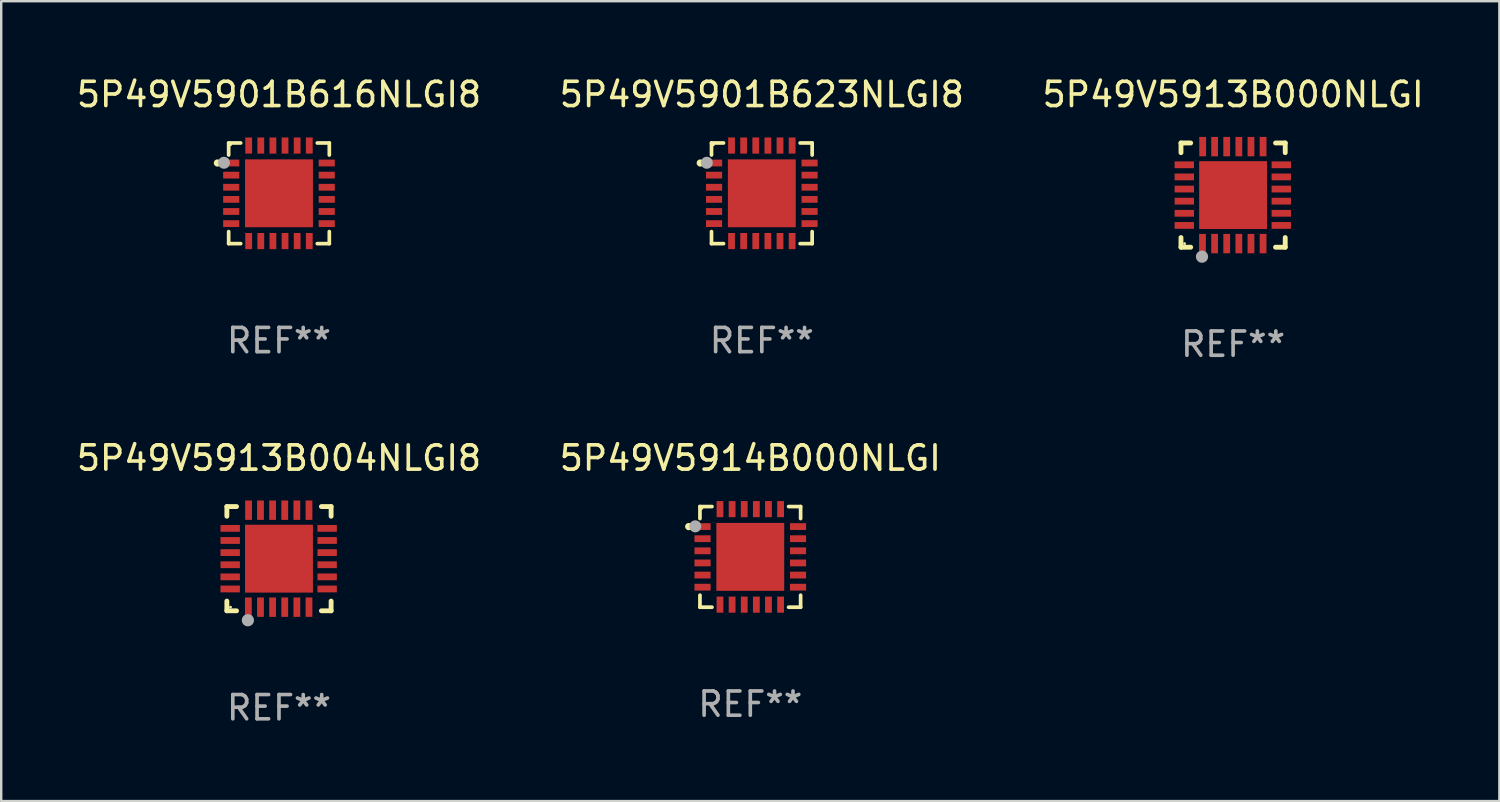
<source format=kicad_pcb>
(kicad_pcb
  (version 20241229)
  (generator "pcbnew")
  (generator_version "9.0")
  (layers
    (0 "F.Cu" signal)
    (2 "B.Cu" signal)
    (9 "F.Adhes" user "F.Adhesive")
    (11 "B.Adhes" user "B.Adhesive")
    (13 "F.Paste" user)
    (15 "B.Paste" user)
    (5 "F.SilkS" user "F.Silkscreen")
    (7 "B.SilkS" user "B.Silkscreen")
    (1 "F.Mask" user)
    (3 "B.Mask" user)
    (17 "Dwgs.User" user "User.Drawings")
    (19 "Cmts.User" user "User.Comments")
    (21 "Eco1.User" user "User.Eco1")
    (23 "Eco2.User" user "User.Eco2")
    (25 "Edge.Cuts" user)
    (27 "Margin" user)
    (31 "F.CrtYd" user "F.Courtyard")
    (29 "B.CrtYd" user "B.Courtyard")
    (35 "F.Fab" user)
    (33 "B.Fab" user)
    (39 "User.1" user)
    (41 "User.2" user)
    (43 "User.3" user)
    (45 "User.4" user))
  (footprint "5P49V5901B623NLGI8"
    (layer "F.Cu")
    (at 28.375 4.924)
    (property "Reference" "5P49V5901B623NLGI8" (at 0 -4.076 0) (layer "F.SilkS") (effects (font (size 1 1) (thickness 0.15))))
    (attr through_hole)
    (fp_line (start -2.076 -2.076) (end -2.076 -1.58) (stroke (width 0.152) (type solid)) (layer "F.SilkS"))
    (fp_line (start -2.076 2.076) (end -2.076 1.58) (stroke (width 0.152) (type solid)) (layer "F.SilkS"))
    (fp_line (start -1.58 -2.076) (end -2.076 -2.076) (stroke (width 0.152) (type solid)) (layer "F.SilkS"))
    (fp_line (start -1.58 2.076) (end -2.076 2.076) (stroke (width 0.152) (type solid)) (layer "F.SilkS"))
    (fp_line (start 1.58 -2.076) (end 2.076 -2.076) (stroke (width 0.152) (type solid)) (layer "F.SilkS"))
    (fp_line (start 1.58 2.076) (end 2.076 2.076) (stroke (width 0.152) (type solid)) (layer "F.SilkS"))
    (fp_line (start 2.076 -2.076) (end 2.076 -1.58) (stroke (width 0.152) (type solid)) (layer "F.SilkS"))
    (fp_line (start 2.076 2.076) (end 2.076 1.58) (stroke (width 0.152) (type solid)) (layer "F.SilkS"))
    (fp_circle (center -2.54 -1.25) (end -2.465 -1.25) (stroke (width 0.15) (type solid)) (fill no) (layer "F.SilkS"))
    (fp_circle (center -2 -2) (end -1.97 -2) (stroke (width 0.06) (type solid)) (fill no) (layer "F.SilkS"))
    (fp_circle (center -2.27 -1.26) (end -2.145 -1.26) (stroke (width 0.25) (type solid)) (fill no) (layer "F.Fab"))
    (fp_text user "REF**" (at 0 6.076 0) (layer "F.Fab") (effects (font (size 1 1) (thickness 0.15))))
    (pad "1" smd rect (at -1.97 -1.25) (size 0.665 0.28) (layers "F.Cu" "F.Mask" "F.Paste"))
    (pad "2" smd rect (at -1.97 -0.75) (size 0.665 0.28) (layers "F.Cu" "F.Mask" "F.Paste"))
    (pad "3" smd rect (at -1.97 -0.25) (size 0.665 0.28) (layers "F.Cu" "F.Mask" "F.Paste"))
    (pad "4" smd rect (at -1.97 0.25) (size 0.665 0.28) (layers "F.Cu" "F.Mask" "F.Paste"))
    (pad "5" smd rect (at -1.97 0.75) (size 0.665 0.28) (layers "F.Cu" "F.Mask" "F.Paste"))
    (pad "6" smd rect (at -1.97 1.25) (size 0.665 0.28) (layers "F.Cu" "F.Mask" "F.Paste"))
    (pad "7" smd rect (at -1.25 1.97) (size 0.28 0.665) (layers "F.Cu" "F.Mask" "F.Paste"))
    (pad "8" smd rect (at -0.75 1.97) (size 0.28 0.665) (layers "F.Cu" "F.Mask" "F.Paste"))
    (pad "9" smd rect (at -0.25 1.97) (size 0.28 0.665) (layers "F.Cu" "F.Mask" "F.Paste"))
    (pad "10" smd rect (at 0.25 1.97) (size 0.28 0.665) (layers "F.Cu" "F.Mask" "F.Paste"))
    (pad "11" smd rect (at 0.75 1.97) (size 0.28 0.665) (layers "F.Cu" "F.Mask" "F.Paste"))
    (pad "12" smd rect (at 1.25 1.97) (size 0.28 0.665) (layers "F.Cu" "F.Mask" "F.Paste"))
    (pad "13" smd rect (at 1.97 1.25) (size 0.665 0.28) (layers "F.Cu" "F.Mask" "F.Paste"))
    (pad "14" smd rect (at 1.97 0.75) (size 0.665 0.28) (layers "F.Cu" "F.Mask" "F.Paste"))
    (pad "15" smd rect (at 1.97 0.25) (size 0.665 0.28) (layers "F.Cu" "F.Mask" "F.Paste"))
    (pad "16" smd rect (at 1.97 -0.25) (size 0.665 0.28) (layers "F.Cu" "F.Mask" "F.Paste"))
    (pad "17" smd rect (at 1.97 -0.75) (size 0.665 0.28) (layers "F.Cu" "F.Mask" "F.Paste"))
    (pad "18" smd rect (at 1.97 -1.25) (size 0.665 0.28) (layers "F.Cu" "F.Mask" "F.Paste"))
    (pad "19" smd rect (at 1.25 -1.97) (size 0.28 0.665) (layers "F.Cu" "F.Mask" "F.Paste"))
    (pad "20" smd rect (at 0.75 -1.97) (size 0.28 0.665) (layers "F.Cu" "F.Mask" "F.Paste"))
    (pad "21" smd rect (at 0.25 -1.97) (size 0.28 0.665) (layers "F.Cu" "F.Mask" "F.Paste"))
    (pad "22" smd rect (at -0.25 -1.97) (size 0.28 0.665) (layers "F.Cu" "F.Mask" "F.Paste"))
    (pad "23" smd rect (at -0.75 -1.97) (size 0.28 0.665) (layers "F.Cu" "F.Mask" "F.Paste"))
    (pad "24" smd rect (at -1.25 -1.97) (size 0.28 0.665) (layers "F.Cu" "F.Mask" "F.Paste"))
    (pad "25" smd rect (at 0 0) (size 2.8 2.8) (layers "F.Cu" "F.Mask" "F.Paste")))
  (footprint "5P49V5913B004NLGI8"
    (layer "F.Cu")
    (at 8.458 19.995)
    (property "Reference" "5P49V5913B004NLGI8" (at 0 -4.15 0) (layer "F.SilkS") (effects (font (size 1 1) (thickness 0.15))))
    (attr through_hole)
    (fp_line (start -2.15 -2.15) (end -1.75 -2.15) (stroke (width 0.2) (type solid)) (layer "F.SilkS"))
    (fp_line (start -2.15 -1.75) (end -2.15 -2.15) (stroke (width 0.2) (type solid)) (layer "F.SilkS"))
    (fp_line (start -2.15 2.15) (end -2.15 1.75) (stroke (width 0.2) (type solid)) (layer "F.SilkS"))
    (fp_line (start -1.75 2.15) (end -2.15 2.15) (stroke (width 0.2) (type solid)) (layer "F.SilkS"))
    (fp_line (start 2.15 -2.15) (end 1.75 -2.15) (stroke (width 0.2) (type solid)) (layer "F.SilkS"))
    (fp_line (start 2.15 -1.75) (end 2.15 -2.15) (stroke (width 0.2) (type solid)) (layer "F.SilkS"))
    (fp_line (start 2.15 1.75) (end 2.15 2.15) (stroke (width 0.2) (type solid)) (layer "F.SilkS"))
    (fp_line (start 2.15 2.15) (end 1.75 2.15) (stroke (width 0.2) (type solid)) (layer "F.SilkS"))
    (fp_circle (center -2 2) (end -1.97 2) (stroke (width 0.06) (type solid)) (fill no) (layer "F.SilkS"))
    (fp_circle (center -1.283 2.54) (end -1.156 2.54) (stroke (width 0.254) (type solid)) (fill no) (layer "F.Fab"))
    (fp_text user "REF**" (at 0 6.15 0) (layer "F.Fab") (effects (font (size 1 1) (thickness 0.15))))
    (pad "1" smd rect (at -1.263 2 180) (size 0.28 0.8) (layers "F.Cu" "F.Mask" "F.Paste"))
    (pad "2" smd rect (at -0.763 2 180) (size 0.28 0.8) (layers "F.Cu" "F.Mask" "F.Paste"))
    (pad "3" smd rect (at -0.263 2 180) (size 0.28 0.8) (layers "F.Cu" "F.Mask" "F.Paste"))
    (pad "4" smd rect (at 0.237 2 180) (size 0.28 0.8) (layers "F.Cu" "F.Mask" "F.Paste"))
    (pad "5" smd rect (at 0.737 2 180) (size 0.28 0.8) (layers "F.Cu" "F.Mask" "F.Paste"))
    (pad "6" smd rect (at 1.237 2 180) (size 0.28 0.8) (layers "F.Cu" "F.Mask" "F.Paste"))
    (pad "7" smd rect (at 1.987 1.25 90) (size 0.28 0.8) (layers "F.Cu" "F.Mask" "F.Paste"))
    (pad "8" smd rect (at 1.987 0.75 90) (size 0.28 0.8) (layers "F.Cu" "F.Mask" "F.Paste"))
    (pad "9" smd rect (at 1.987 0.25 90) (size 0.28 0.8) (layers "F.Cu" "F.Mask" "F.Paste"))
    (pad "10" smd rect (at 1.987 -0.25 90) (size 0.28 0.8) (layers "F.Cu" "F.Mask" "F.Paste"))
    (pad "11" smd rect (at 1.987 -0.75 90) (size 0.28 0.8) (layers "F.Cu" "F.Mask" "F.Paste"))
    (pad "12" smd rect (at 1.987 -1.25 90) (size 0.28 0.8) (layers "F.Cu" "F.Mask" "F.Paste"))
    (pad "13" smd rect (at 1.237 -2 180) (size 0.28 0.8) (layers "F.Cu" "F.Mask" "F.Paste"))
    (pad "14" smd rect (at 0.737 -2 180) (size 0.28 0.8) (layers "F.Cu" "F.Mask" "F.Paste"))
    (pad "15" smd rect (at 0.237 -2 180) (size 0.28 0.8) (layers "F.Cu" "F.Mask" "F.Paste"))
    (pad "16" smd rect (at -0.263 -2 180) (size 0.28 0.8) (layers "F.Cu" "F.Mask" "F.Paste"))
    (pad "17" smd rect (at -0.763 -2 180) (size 0.28 0.8) (layers "F.Cu" "F.Mask" "F.Paste"))
    (pad "18" smd rect (at -1.255 -2 180) (size 0.28 0.8) (layers "F.Cu" "F.Mask" "F.Paste"))
    (pad "19" smd rect (at -2.013 -1.25 90) (size 0.28 0.8) (layers "F.Cu" "F.Mask" "F.Paste"))
    (pad "20" smd rect (at -2.013 -0.75 90) (size 0.28 0.8) (layers "F.Cu" "F.Mask" "F.Paste"))
    (pad "21" smd rect (at -2.013 -0.25 90) (size 0.28 0.8) (layers "F.Cu" "F.Mask" "F.Paste"))
    (pad "22" smd rect (at -2.013 0.25 90) (size 0.28 0.8) (layers "F.Cu" "F.Mask" "F.Paste"))
    (pad "23" smd rect (at -2.013 0.75 90) (size 0.28 0.8) (layers "F.Cu" "F.Mask" "F.Paste"))
    (pad "24" smd rect (at -2.013 1.25 90) (size 0.28 0.8) (layers "F.Cu" "F.Mask" "F.Paste"))
    (pad "25" smd rect (at -0.000013 0 90) (size 2.8 2.8) (layers "F.Cu" "F.Mask" "F.Paste")))
  (footprint "5P49V5914B000NLGI"
    (layer "F.Cu")
    (at 27.899 19.921)
    (property "Reference" "5P49V5914B000NLGI" (at 0 -4.076 0) (layer "F.SilkS") (effects (font (size 1 1) (thickness 0.15))))
    (attr through_hole)
    (fp_line (start -2.076 -2.076) (end -2.076 -1.58) (stroke (width 0.152) (type solid)) (layer "F.SilkS"))
    (fp_line (start -2.076 2.076) (end -2.076 1.58) (stroke (width 0.152) (type solid)) (layer "F.SilkS"))
    (fp_line (start -1.58 -2.076) (end -2.076 -2.076) (stroke (width 0.152) (type solid)) (layer "F.SilkS"))
    (fp_line (start -1.58 2.076) (end -2.076 2.076) (stroke (width 0.152) (type solid)) (layer "F.SilkS"))
    (fp_line (start 1.58 -2.076) (end 2.076 -2.076) (stroke (width 0.152) (type solid)) (layer "F.SilkS"))
    (fp_line (start 1.58 2.076) (end 2.076 2.076) (stroke (width 0.152) (type solid)) (layer "F.SilkS"))
    (fp_line (start 2.076 -2.076) (end 2.076 -1.58) (stroke (width 0.152) (type solid)) (layer "F.SilkS"))
    (fp_line (start 2.076 2.076) (end 2.076 1.58) (stroke (width 0.152) (type solid)) (layer "F.SilkS"))
    (fp_circle (center -2.54 -1.25) (end -2.465 -1.25) (stroke (width 0.15) (type solid)) (fill no) (layer "F.SilkS"))
    (fp_circle (center -2 -2) (end -1.97 -2) (stroke (width 0.06) (type solid)) (fill no) (layer "F.SilkS"))
    (fp_circle (center -2.27 -1.26) (end -2.145 -1.26) (stroke (width 0.25) (type solid)) (fill no) (layer "F.Fab"))
    (fp_text user "REF**" (at 0 6.076 0) (layer "F.Fab") (effects (font (size 1 1) (thickness 0.15))))
    (pad "1" smd rect (at -1.97 -1.25) (size 0.665 0.28) (layers "F.Cu" "F.Mask" "F.Paste"))
    (pad "2" smd rect (at -1.97 -0.75) (size 0.665 0.28) (layers "F.Cu" "F.Mask" "F.Paste"))
    (pad "3" smd rect (at -1.97 -0.25) (size 0.665 0.28) (layers "F.Cu" "F.Mask" "F.Paste"))
    (pad "4" smd rect (at -1.97 0.25) (size 0.665 0.28) (layers "F.Cu" "F.Mask" "F.Paste"))
    (pad "5" smd rect (at -1.97 0.75) (size 0.665 0.28) (layers "F.Cu" "F.Mask" "F.Paste"))
    (pad "6" smd rect (at -1.97 1.25) (size 0.665 0.28) (layers "F.Cu" "F.Mask" "F.Paste"))
    (pad "7" smd rect (at -1.25 1.97) (size 0.28 0.665) (layers "F.Cu" "F.Mask" "F.Paste"))
    (pad "8" smd rect (at -0.75 1.97) (size 0.28 0.665) (layers "F.Cu" "F.Mask" "F.Paste"))
    (pad "9" smd rect (at -0.25 1.97) (size 0.28 0.665) (layers "F.Cu" "F.Mask" "F.Paste"))
    (pad "10" smd rect (at 0.25 1.97) (size 0.28 0.665) (layers "F.Cu" "F.Mask" "F.Paste"))
    (pad "11" smd rect (at 0.75 1.97) (size 0.28 0.665) (layers "F.Cu" "F.Mask" "F.Paste"))
    (pad "12" smd rect (at 1.25 1.97) (size 0.28 0.665) (layers "F.Cu" "F.Mask" "F.Paste"))
    (pad "13" smd rect (at 1.97 1.25) (size 0.665 0.28) (layers "F.Cu" "F.Mask" "F.Paste"))
    (pad "14" smd rect (at 1.97 0.75) (size 0.665 0.28) (layers "F.Cu" "F.Mask" "F.Paste"))
    (pad "15" smd rect (at 1.97 0.25) (size 0.665 0.28) (layers "F.Cu" "F.Mask" "F.Paste"))
    (pad "16" smd rect (at 1.97 -0.25) (size 0.665 0.28) (layers "F.Cu" "F.Mask" "F.Paste"))
    (pad "17" smd rect (at 1.97 -0.75) (size 0.665 0.28) (layers "F.Cu" "F.Mask" "F.Paste"))
    (pad "18" smd rect (at 1.97 -1.25) (size 0.665 0.28) (layers "F.Cu" "F.Mask" "F.Paste"))
    (pad "19" smd rect (at 1.25 -1.97) (size 0.28 0.665) (layers "F.Cu" "F.Mask" "F.Paste"))
    (pad "20" smd rect (at 0.75 -1.97) (size 0.28 0.665) (layers "F.Cu" "F.Mask" "F.Paste"))
    (pad "21" smd rect (at 0.25 -1.97) (size 0.28 0.665) (layers "F.Cu" "F.Mask" "F.Paste"))
    (pad "22" smd rect (at -0.25 -1.97) (size 0.28 0.665) (layers "F.Cu" "F.Mask" "F.Paste"))
    (pad "23" smd rect (at -0.75 -1.97) (size 0.28 0.665) (layers "F.Cu" "F.Mask" "F.Paste"))
    (pad "24" smd rect (at -1.25 -1.97) (size 0.28 0.665) (layers "F.Cu" "F.Mask" "F.Paste"))
    (pad "25" smd rect (at 0 0) (size 2.8 2.8) (layers "F.Cu" "F.Mask" "F.Paste")))
  (footprint "5P49V5901B616NLGI8"
    (layer "F.Cu")
    (at 8.458 4.924)
    (property "Reference" "5P49V5901B616NLGI8" (at 0 -4.076 0) (layer "F.SilkS") (effects (font (size 1 1) (thickness 0.15))))
    (attr through_hole)
    (fp_line (start -2.076 -2.076) (end -2.076 -1.58) (stroke (width 0.152) (type solid)) (layer "F.SilkS"))
    (fp_line (start -2.076 2.076) (end -2.076 1.58) (stroke (width 0.152) (type solid)) (layer "F.SilkS"))
    (fp_line (start -1.58 -2.076) (end -2.076 -2.076) (stroke (width 0.152) (type solid)) (layer "F.SilkS"))
    (fp_line (start -1.58 2.076) (end -2.076 2.076) (stroke (width 0.152) (type solid)) (layer "F.SilkS"))
    (fp_line (start 1.58 -2.076) (end 2.076 -2.076) (stroke (width 0.152) (type solid)) (layer "F.SilkS"))
    (fp_line (start 1.58 2.076) (end 2.076 2.076) (stroke (width 0.152) (type solid)) (layer "F.SilkS"))
    (fp_line (start 2.076 -2.076) (end 2.076 -1.58) (stroke (width 0.152) (type solid)) (layer "F.SilkS"))
    (fp_line (start 2.076 2.076) (end 2.076 1.58) (stroke (width 0.152) (type solid)) (layer "F.SilkS"))
    (fp_circle (center -2.54 -1.25) (end -2.465 -1.25) (stroke (width 0.15) (type solid)) (fill no) (layer "F.SilkS"))
    (fp_circle (center -2 -2) (end -1.97 -2) (stroke (width 0.06) (type solid)) (fill no) (layer "F.SilkS"))
    (fp_circle (center -2.27 -1.26) (end -2.145 -1.26) (stroke (width 0.25) (type solid)) (fill no) (layer "F.Fab"))
    (fp_text user "REF**" (at 0 6.076 0) (layer "F.Fab") (effects (font (size 1 1) (thickness 0.15))))
    (pad "1" smd rect (at -1.97 -1.25) (size 0.665 0.28) (layers "F.Cu" "F.Mask" "F.Paste"))
    (pad "2" smd rect (at -1.97 -0.75) (size 0.665 0.28) (layers "F.Cu" "F.Mask" "F.Paste"))
    (pad "3" smd rect (at -1.97 -0.25) (size 0.665 0.28) (layers "F.Cu" "F.Mask" "F.Paste"))
    (pad "4" smd rect (at -1.97 0.25) (size 0.665 0.28) (layers "F.Cu" "F.Mask" "F.Paste"))
    (pad "5" smd rect (at -1.97 0.75) (size 0.665 0.28) (layers "F.Cu" "F.Mask" "F.Paste"))
    (pad "6" smd rect (at -1.97 1.25) (size 0.665 0.28) (layers "F.Cu" "F.Mask" "F.Paste"))
    (pad "7" smd rect (at -1.25 1.97) (size 0.28 0.665) (layers "F.Cu" "F.Mask" "F.Paste"))
    (pad "8" smd rect (at -0.75 1.97) (size 0.28 0.665) (layers "F.Cu" "F.Mask" "F.Paste"))
    (pad "9" smd rect (at -0.25 1.97) (size 0.28 0.665) (layers "F.Cu" "F.Mask" "F.Paste"))
    (pad "10" smd rect (at 0.25 1.97) (size 0.28 0.665) (layers "F.Cu" "F.Mask" "F.Paste"))
    (pad "11" smd rect (at 0.75 1.97) (size 0.28 0.665) (layers "F.Cu" "F.Mask" "F.Paste"))
    (pad "12" smd rect (at 1.25 1.97) (size 0.28 0.665) (layers "F.Cu" "F.Mask" "F.Paste"))
    (pad "13" smd rect (at 1.97 1.25) (size 0.665 0.28) (layers "F.Cu" "F.Mask" "F.Paste"))
    (pad "14" smd rect (at 1.97 0.75) (size 0.665 0.28) (layers "F.Cu" "F.Mask" "F.Paste"))
    (pad "15" smd rect (at 1.97 0.25) (size 0.665 0.28) (layers "F.Cu" "F.Mask" "F.Paste"))
    (pad "16" smd rect (at 1.97 -0.25) (size 0.665 0.28) (layers "F.Cu" "F.Mask" "F.Paste"))
    (pad "17" smd rect (at 1.97 -0.75) (size 0.665 0.28) (layers "F.Cu" "F.Mask" "F.Paste"))
    (pad "18" smd rect (at 1.97 -1.25) (size 0.665 0.28) (layers "F.Cu" "F.Mask" "F.Paste"))
    (pad "19" smd rect (at 1.25 -1.97) (size 0.28 0.665) (layers "F.Cu" "F.Mask" "F.Paste"))
    (pad "20" smd rect (at 0.75 -1.97) (size 0.28 0.665) (layers "F.Cu" "F.Mask" "F.Paste"))
    (pad "21" smd rect (at 0.25 -1.97) (size 0.28 0.665) (layers "F.Cu" "F.Mask" "F.Paste"))
    (pad "22" smd rect (at -0.25 -1.97) (size 0.28 0.665) (layers "F.Cu" "F.Mask" "F.Paste"))
    (pad "23" smd rect (at -0.75 -1.97) (size 0.28 0.665) (layers "F.Cu" "F.Mask" "F.Paste"))
    (pad "24" smd rect (at -1.25 -1.97) (size 0.28 0.665) (layers "F.Cu" "F.Mask" "F.Paste"))
    (pad "25" smd rect (at 0 0) (size 2.8 2.8) (layers "F.Cu" "F.Mask" "F.Paste")))
  (footprint "5P49V5913B000NLGI"
    (layer "F.Cu")
    (at 47.815 4.998)
    (property "Reference" "5P49V5913B000NLGI" (at 0 -4.15 0) (layer "F.SilkS") (effects (font (size 1 1) (thickness 0.15))))
    (attr through_hole)
    (fp_line (start -2.15 -2.15) (end -1.75 -2.15) (stroke (width 0.2) (type solid)) (layer "F.SilkS"))
    (fp_line (start -2.15 -1.75) (end -2.15 -2.15) (stroke (width 0.2) (type solid)) (layer "F.SilkS"))
    (fp_line (start -2.15 2.15) (end -2.15 1.75) (stroke (width 0.2) (type solid)) (layer "F.SilkS"))
    (fp_line (start -1.75 2.15) (end -2.15 2.15) (stroke (width 0.2) (type solid)) (layer "F.SilkS"))
    (fp_line (start 2.15 -2.15) (end 1.75 -2.15) (stroke (width 0.2) (type solid)) (layer "F.SilkS"))
    (fp_line (start 2.15 -1.75) (end 2.15 -2.15) (stroke (width 0.2) (type solid)) (layer "F.SilkS"))
    (fp_line (start 2.15 1.75) (end 2.15 2.15) (stroke (width 0.2) (type solid)) (layer "F.SilkS"))
    (fp_line (start 2.15 2.15) (end 1.75 2.15) (stroke (width 0.2) (type solid)) (layer "F.SilkS"))
    (fp_circle (center -2 2) (end -1.97 2) (stroke (width 0.06) (type solid)) (fill no) (layer "F.SilkS"))
    (fp_circle (center -1.283 2.54) (end -1.156 2.54) (stroke (width 0.254) (type solid)) (fill no) (layer "F.Fab"))
    (fp_text user "REF**" (at 0 6.15 0) (layer "F.Fab") (effects (font (size 1 1) (thickness 0.15))))
    (pad "1" smd rect (at -1.263 2 180) (size 0.28 0.8) (layers "F.Cu" "F.Mask" "F.Paste"))
    (pad "2" smd rect (at -0.763 2 180) (size 0.28 0.8) (layers "F.Cu" "F.Mask" "F.Paste"))
    (pad "3" smd rect (at -0.263 2 180) (size 0.28 0.8) (layers "F.Cu" "F.Mask" "F.Paste"))
    (pad "4" smd rect (at 0.237 2 180) (size 0.28 0.8) (layers "F.Cu" "F.Mask" "F.Paste"))
    (pad "5" smd rect (at 0.737 2 180) (size 0.28 0.8) (layers "F.Cu" "F.Mask" "F.Paste"))
    (pad "6" smd rect (at 1.237 2 180) (size 0.28 0.8) (layers "F.Cu" "F.Mask" "F.Paste"))
    (pad "7" smd rect (at 1.987 1.25 90) (size 0.28 0.8) (layers "F.Cu" "F.Mask" "F.Paste"))
    (pad "8" smd rect (at 1.987 0.75 90) (size 0.28 0.8) (layers "F.Cu" "F.Mask" "F.Paste"))
    (pad "9" smd rect (at 1.987 0.25 90) (size 0.28 0.8) (layers "F.Cu" "F.Mask" "F.Paste"))
    (pad "10" smd rect (at 1.987 -0.25 90) (size 0.28 0.8) (layers "F.Cu" "F.Mask" "F.Paste"))
    (pad "11" smd rect (at 1.987 -0.75 90) (size 0.28 0.8) (layers "F.Cu" "F.Mask" "F.Paste"))
    (pad "12" smd rect (at 1.987 -1.25 90) (size 0.28 0.8) (layers "F.Cu" "F.Mask" "F.Paste"))
    (pad "13" smd rect (at 1.237 -2 180) (size 0.28 0.8) (layers "F.Cu" "F.Mask" "F.Paste"))
    (pad "14" smd rect (at 0.737 -2 180) (size 0.28 0.8) (layers "F.Cu" "F.Mask" "F.Paste"))
    (pad "15" smd rect (at 0.237 -2 180) (size 0.28 0.8) (layers "F.Cu" "F.Mask" "F.Paste"))
    (pad "16" smd rect (at -0.263 -2 180) (size 0.28 0.8) (layers "F.Cu" "F.Mask" "F.Paste"))
    (pad "17" smd rect (at -0.763 -2 180) (size 0.28 0.8) (layers "F.Cu" "F.Mask" "F.Paste"))
    (pad "18" smd rect (at -1.255 -2 180) (size 0.28 0.8) (layers "F.Cu" "F.Mask" "F.Paste"))
    (pad "19" smd rect (at -2.013 -1.25 90) (size 0.28 0.8) (layers "F.Cu" "F.Mask" "F.Paste"))
    (pad "20" smd rect (at -2.013 -0.75 90) (size 0.28 0.8) (layers "F.Cu" "F.Mask" "F.Paste"))
    (pad "21" smd rect (at -2.013 -0.25 90) (size 0.28 0.8) (layers "F.Cu" "F.Mask" "F.Paste"))
    (pad "22" smd rect (at -2.013 0.25 90) (size 0.28 0.8) (layers "F.Cu" "F.Mask" "F.Paste"))
    (pad "23" smd rect (at -2.013 0.75 90) (size 0.28 0.8) (layers "F.Cu" "F.Mask" "F.Paste"))
    (pad "24" smd rect (at -2.013 1.25 90) (size 0.28 0.8) (layers "F.Cu" "F.Mask" "F.Paste"))
    (pad "25" smd rect (at -0.000013 0 90) (size 2.8 2.8) (layers "F.Cu" "F.Mask" "F.Paste")))
  (gr_rect
    (start -3 -3)
    (end 58.798 29.994)
    (stroke (width 0.1) (type default))
    (fill no)
    (layer "Edge.Cuts")))
</source>
